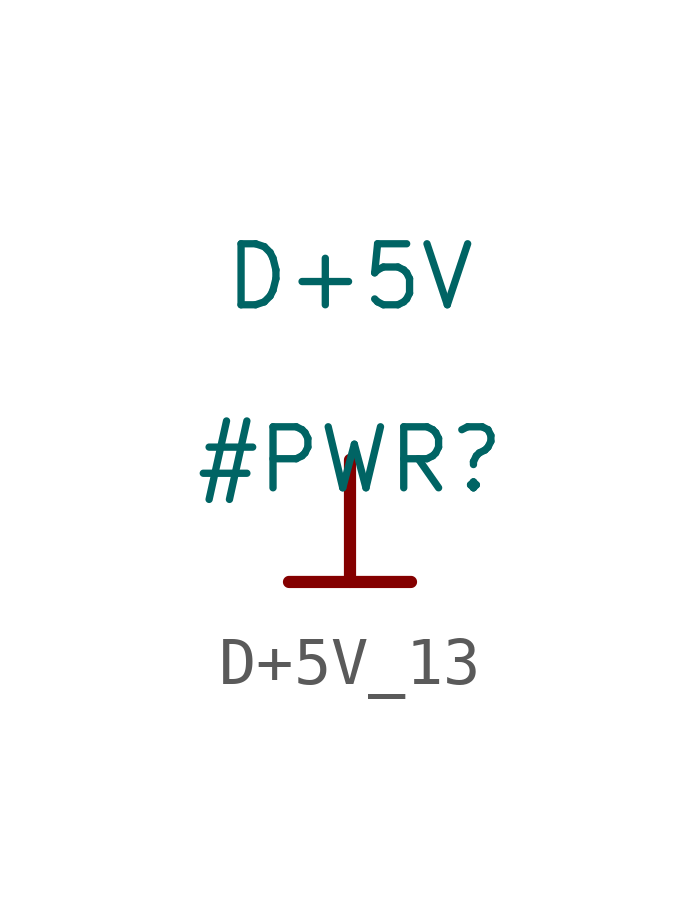
<source format=kicad_sym>
(kicad_symbol_lib
  (version 20241209)
  (generator "kicad_symbol_editor")
  (generator_version "9.0")
  (symbol "D+5V_13"
    (power)
    (property "Reference" "#PWR"
      (at 0 0 0)
      (effects (font (size 1.27 1.27))))
    (property "Value" "D+5V"
      (at 0 3.81 0)
      (effects (font (size 1.27 1.27))))
    (symbol "D+5V_13_0_0"
      (polyline (pts (xy -1.27 -2.54) (xy 1.27 -2.54)) (stroke (width 0.254) (type solid)) (fill (type none)))
      (polyline (pts (xy 0 0) (xy 0 -2.54)) (stroke (width 0.254) (type solid)) (fill (type none))))
    (symbol "D+5V_13_1_0"
      (pin power_out line (at 0 0 0) (length 0) (hide yes) (name "D+5V" (effects (font (size 1.27 1.27)))) (number "" (effects (font (size 1.27 1.27))))))))
</source>
